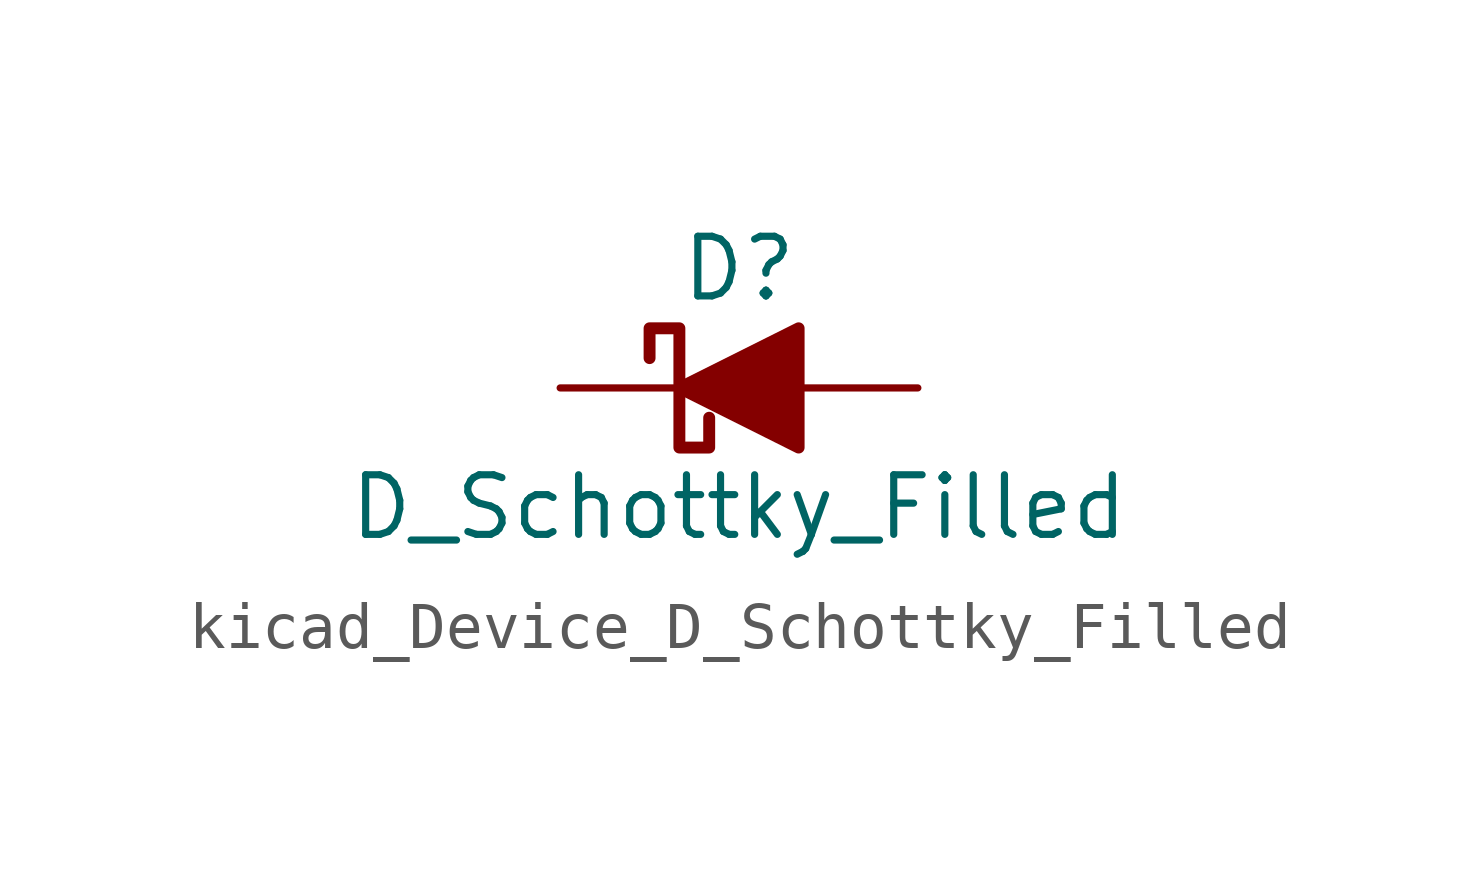
<source format=kicad_sym>
(kicad_symbol_lib
  (version 20220914)
  (generator kicad_symbol_editor)
  (symbol "kicad_Device_D_Schottky_Filled"
    (pin_numbers hide)
    (pin_names
      (offset 1.016) hide)
    (property "Reference" "D"
      (at 0 2.54 0)
      (effects (font (size 1.27 1.27))))
    (property "Value" "D_Schottky_Filled"
      (at 0 -2.54 0)
      (effects (font (size 1.27 1.27))))
    (symbol "kicad_Device_D_Schottky_Filled_0_1"
      (polyline (pts (xy 1.27 0) (xy -1.27 0)) (stroke (width 0) (type default)) (fill (type none)))
      (polyline (pts (xy 1.27 1.27) (xy 1.27 -1.27) (xy -1.27 0) (xy 1.27 1.27)) (stroke (width 0.254) (type default)) (fill (type outline)))
      (polyline (pts (xy -1.905 0.635) (xy -1.905 1.27) (xy -1.27 1.27) (xy -1.27 -1.27) (xy -0.635 -1.27) (xy -0.635 -0.635)) (stroke (width 0.254) (type default)) (fill (type none))))
    (symbol "kicad_Device_D_Schottky_Filled_1_1"
      (pin passive line (at -3.81 0 0) (length 2.54) (name "K" (effects (font (size 1.27 1.27)))) (number "1" (effects (font (size 1.27 1.27)))))
      (pin passive line (at 3.81 0 180) (length 2.54) (name "A" (effects (font (size 1.27 1.27)))) (number "2" (effects (font (size 1.27 1.27))))))))
</source>
